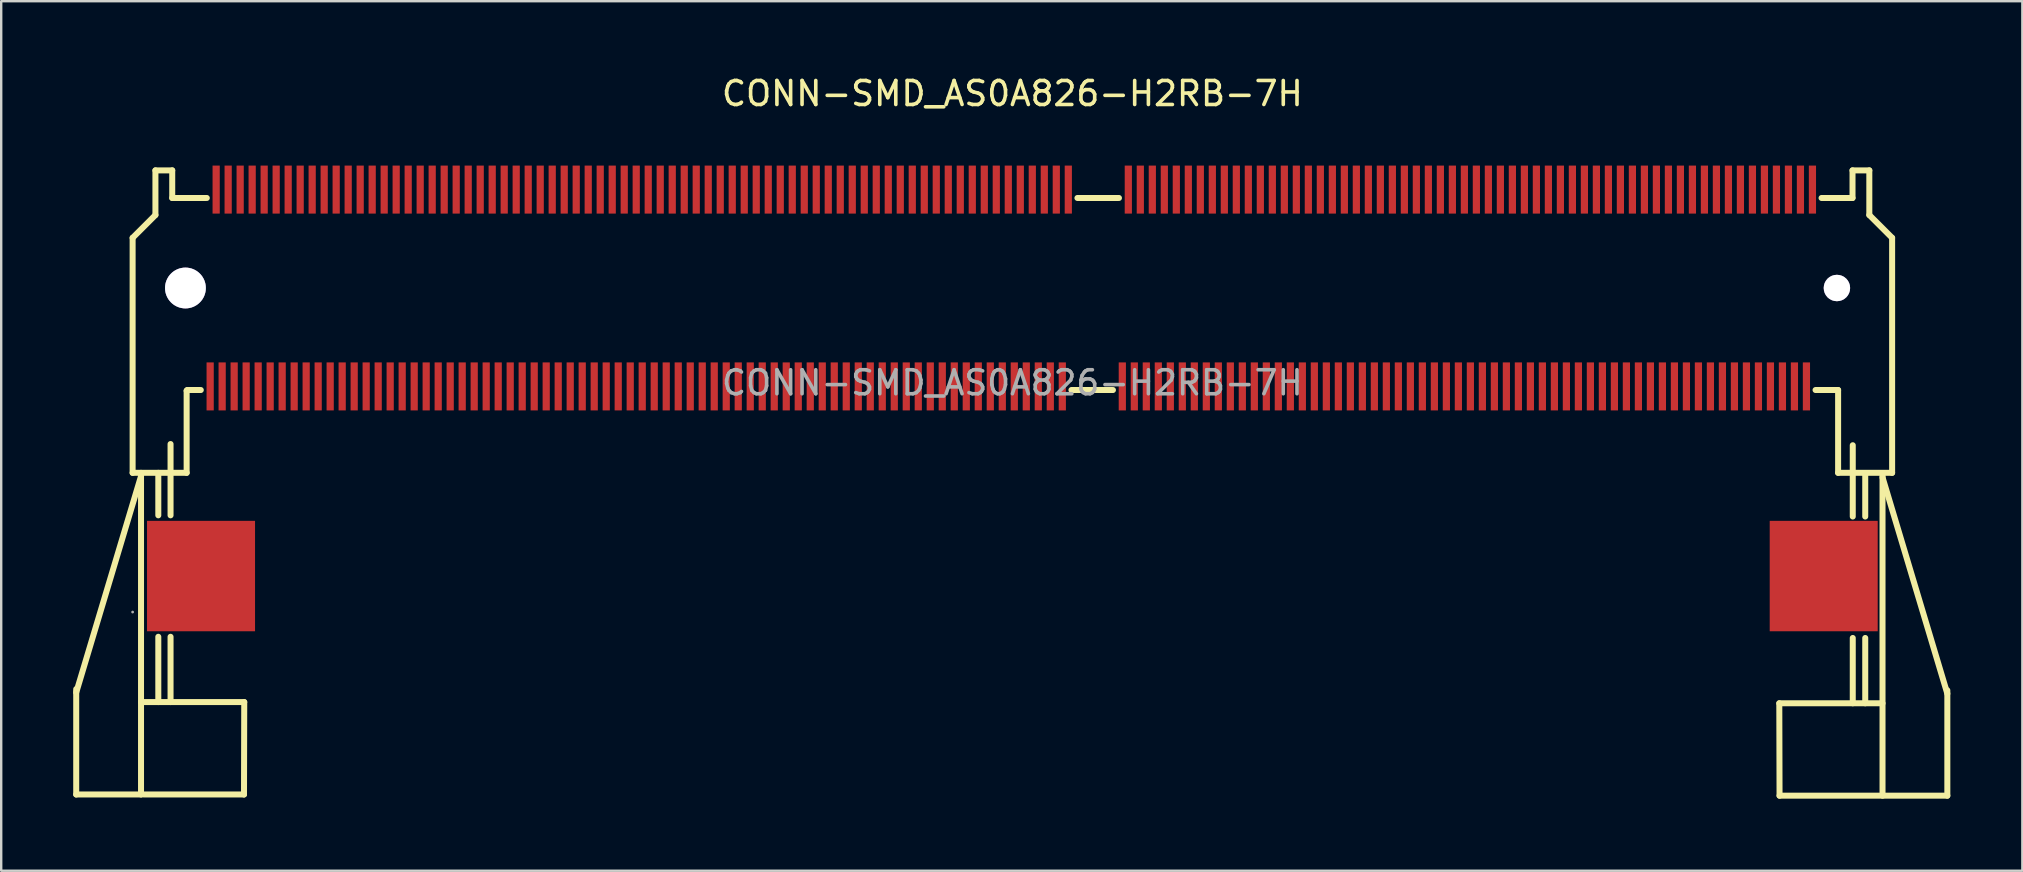
<source format=kicad_pcb>
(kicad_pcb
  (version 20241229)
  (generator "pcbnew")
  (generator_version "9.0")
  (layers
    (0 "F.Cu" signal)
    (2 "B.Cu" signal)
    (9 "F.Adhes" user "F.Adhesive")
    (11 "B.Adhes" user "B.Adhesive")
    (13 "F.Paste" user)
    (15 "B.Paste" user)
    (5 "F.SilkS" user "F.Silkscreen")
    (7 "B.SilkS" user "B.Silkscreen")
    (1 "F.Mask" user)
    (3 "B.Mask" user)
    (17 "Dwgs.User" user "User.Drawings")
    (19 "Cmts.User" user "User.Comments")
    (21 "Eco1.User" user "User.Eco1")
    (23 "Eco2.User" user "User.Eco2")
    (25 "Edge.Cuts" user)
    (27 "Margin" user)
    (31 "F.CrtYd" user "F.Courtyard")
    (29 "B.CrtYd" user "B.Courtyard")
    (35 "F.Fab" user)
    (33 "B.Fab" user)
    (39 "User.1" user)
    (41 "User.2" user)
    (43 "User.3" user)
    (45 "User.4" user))
  (footprint "CONN-SMD_AS0A826-H2RB-7H"
    (layer "F.Cu")
    (at 39.125 12.898)
    (property "Reference" "CONN-SMD_AS0A826-H2RB-7H" (at 0 -12.05 0) (layer "F.SilkS") (effects (font (size 1 1) (thickness 0.15))))
    (attr smd)
    (fp_line (start -39 12.9) (end -36.3 3.89) (stroke (width 0.25) (type solid)) (layer "F.SilkS"))
    (fp_line (start -39 17.15) (end -39 12.76) (stroke (width 0.25) (type solid)) (layer "F.SilkS"))
    (fp_line (start -39 17.15) (end -36.28 17.15) (stroke (width 0.25) (type solid)) (layer "F.SilkS"))
    (fp_line (start -36.65 3.75) (end -36.65 -6.04) (stroke (width 0.25) (type solid)) (layer "F.SilkS"))
    (fp_line (start -36.65 3.75) (end -34.4 3.75) (stroke (width 0.25) (type solid)) (layer "F.SilkS"))
    (fp_line (start -36.3 3.75) (end -36.3 17.15) (stroke (width 0.25) (type solid)) (layer "F.SilkS"))
    (fp_line (start -36.18 17.15) (end -32.01 17.15) (stroke (width 0.25) (type solid)) (layer "F.SilkS"))
    (fp_line (start -35.7 -8.85) (end -35.7 -6.99) (stroke (width 0.25) (type solid)) (layer "F.SilkS"))
    (fp_line (start -35.7 -8.85) (end -35 -8.85) (stroke (width 0.25) (type solid)) (layer "F.SilkS"))
    (fp_line (start -35.7 -6.99) (end -36.65 -6.04) (stroke (width 0.25) (type solid)) (layer "F.SilkS"))
    (fp_line (start -35.58 5.52) (end -35.58 3.75) (stroke (width 0.25) (type solid)) (layer "F.SilkS"))
    (fp_line (start -35.58 13.3) (end -35.58 10.58) (stroke (width 0.25) (type solid)) (layer "F.SilkS"))
    (fp_line (start -35.07 5.52) (end -35.07 2.55) (stroke (width 0.25) (type solid)) (layer "F.SilkS"))
    (fp_line (start -35.07 13.3) (end -35.07 10.58) (stroke (width 0.25) (type solid)) (layer "F.SilkS"))
    (fp_line (start -35 -7.7) (end -35 -8.85) (stroke (width 0.25) (type solid)) (layer "F.SilkS"))
    (fp_line (start -34.4 -7.7) (end -35 -7.7) (stroke (width 0.25) (type solid)) (layer "F.SilkS"))
    (fp_line (start -34.4 -7.7) (end -33.98 -7.7) (stroke (width 0.25) (type solid)) (layer "F.SilkS"))
    (fp_line (start -34.4 0.33) (end -34.4 3.75) (stroke (width 0.25) (type solid)) (layer "F.SilkS"))
    (fp_line (start -34.37 0.3) (end -34.4 0.33) (stroke (width 0.25) (type solid)) (layer "F.SilkS"))
    (fp_line (start -33.98 -7.7) (end -33.76 -7.7) (stroke (width 0.25) (type solid)) (layer "F.SilkS"))
    (fp_line (start -33.81 0.3) (end -34.37 0.3) (stroke (width 0.25) (type solid)) (layer "F.SilkS"))
    (fp_line (start -33.76 -7.7) (end -33.56 -7.7) (stroke (width 0.25) (type solid)) (layer "F.SilkS"))
    (fp_line (start -32.01 17.15) (end -32 13.3) (stroke (width 0.25) (type solid)) (layer "F.SilkS"))
    (fp_line (start -32 13.3) (end -36.3 13.3) (stroke (width 0.25) (type solid)) (layer "F.SilkS"))
    (fp_line (start 2.71 -7.7) (end 4.44 -7.7) (stroke (width 0.25) (type solid)) (layer "F.SilkS"))
    (fp_line (start 4.19 0.3) (end 2.46 0.3) (stroke (width 0.25) (type solid)) (layer "F.SilkS"))
    (fp_line (start 31.95 13.35) (end 36.25 13.35) (stroke (width 0.25) (type solid)) (layer "F.SilkS"))
    (fp_line (start 31.96 17.2) (end 31.95 13.35) (stroke (width 0.25) (type solid)) (layer "F.SilkS"))
    (fp_line (start 33.75 0.3) (end 33.46 0.3) (stroke (width 0.25) (type solid)) (layer "F.SilkS"))
    (fp_line (start 34.4 0.3) (end 33.75 0.3) (stroke (width 0.25) (type solid)) (layer "F.SilkS"))
    (fp_line (start 34.4 3.75) (end 34.4 0.3) (stroke (width 0.25) (type solid)) (layer "F.SilkS"))
    (fp_line (start 34.75 -7.7) (end 33.71 -7.7) (stroke (width 0.25) (type solid)) (layer "F.SilkS"))
    (fp_line (start 34.75 -7.7) (end 35 -7.7) (stroke (width 0.25) (type solid)) (layer "F.SilkS"))
    (fp_line (start 35 -8.85) (end 35.7 -8.85) (stroke (width 0.25) (type solid)) (layer "F.SilkS"))
    (fp_line (start 35 -7.7) (end 35 -8.85) (stroke (width 0.25) (type solid)) (layer "F.SilkS"))
    (fp_line (start 35.01 5.57) (end 35.01 2.6) (stroke (width 0.25) (type solid)) (layer "F.SilkS"))
    (fp_line (start 35.01 13.35) (end 35.01 10.63) (stroke (width 0.25) (type solid)) (layer "F.SilkS"))
    (fp_line (start 35.53 5.57) (end 35.53 3.8) (stroke (width 0.25) (type solid)) (layer "F.SilkS"))
    (fp_line (start 35.53 13.35) (end 35.53 10.63) (stroke (width 0.25) (type solid)) (layer "F.SilkS"))
    (fp_line (start 35.7 -8.85) (end 35.7 -6.99) (stroke (width 0.25) (type solid)) (layer "F.SilkS"))
    (fp_line (start 35.7 -6.99) (end 36.65 -6.04) (stroke (width 0.25) (type solid)) (layer "F.SilkS"))
    (fp_line (start 36.13 17.2) (end 31.96 17.2) (stroke (width 0.25) (type solid)) (layer "F.SilkS"))
    (fp_line (start 36.25 3.8) (end 36.25 17.2) (stroke (width 0.25) (type solid)) (layer "F.SilkS"))
    (fp_line (start 36.65 3.75) (end 34.4 3.75) (stroke (width 0.25) (type solid)) (layer "F.SilkS"))
    (fp_line (start 36.65 3.75) (end 36.65 -6.04) (stroke (width 0.25) (type solid)) (layer "F.SilkS"))
    (fp_line (start 38.95 12.95) (end 36.25 3.94) (stroke (width 0.25) (type solid)) (layer "F.SilkS"))
    (fp_line (start 38.95 17.2) (end 36.23 17.2) (stroke (width 0.25) (type solid)) (layer "F.SilkS"))
    (fp_line (start 38.95 17.2) (end 38.95 12.81) (stroke (width 0.25) (type solid)) (layer "F.SilkS"))
    (fp_circle (center -34.45 -3.95) (end -34.05 -3.95) (stroke (width 0.8) (type solid)) (fill no) (layer "Cmts.User"))
    (fp_circle (center 34.35 -3.95) (end 34.6 -3.95) (stroke (width 0.5) (type solid)) (fill no) (layer "Cmts.User"))
    (fp_circle (center -36.65 9.55) (end -36.62 9.55) (stroke (width 0.06) (type solid)) (fill no) (layer "F.Fab"))
    (fp_text user "${REFERENCE}" (at 0 0 0) (layer "F.Fab") (effects (font (size 1 1) (thickness 0.15))))
    (pad "" thru_hole circle (at -34.45 -3.95) (size 1.7 1.7) (drill 1.7) (layers "*.Cu" "*.Mask"))
    (pad "" thru_hole circle (at 34.35 -3.95) (size 1.1 1.1) (drill 1.1) (layers "*.Cu" "*.Mask"))
    (pad "1" smd rect (at -33.42 0.15 180) (size 0.3 2) (layers "F.Cu" "F.Mask" "F.Paste"))
    (pad "2" smd rect (at -33.17 -8.05 180) (size 0.3 2) (layers "F.Cu" "F.Mask" "F.Paste"))
    (pad "3" smd rect (at -32.92 0.15 180) (size 0.3 2) (layers "F.Cu" "F.Mask" "F.Paste"))
    (pad "4" smd rect (at -32.67 -8.05 180) (size 0.3 2) (layers "F.Cu" "F.Mask" "F.Paste"))
    (pad "5" smd rect (at -32.42 0.15 180) (size 0.3 2) (layers "F.Cu" "F.Mask" "F.Paste"))
    (pad "6" smd rect (at -32.17 -8.05 180) (size 0.3 2) (layers "F.Cu" "F.Mask" "F.Paste"))
    (pad "7" smd rect (at -31.92 0.15 180) (size 0.3 2) (layers "F.Cu" "F.Mask" "F.Paste"))
    (pad "8" smd rect (at -31.67 -8.05 180) (size 0.3 2) (layers "F.Cu" "F.Mask" "F.Paste"))
    (pad "9" smd rect (at -31.42 0.15 180) (size 0.3 2) (layers "F.Cu" "F.Mask" "F.Paste"))
    (pad "10" smd rect (at -31.17 -8.05 180) (size 0.3 2) (layers "F.Cu" "F.Mask" "F.Paste"))
    (pad "11" smd rect (at -30.92 0.15 180) (size 0.3 2) (layers "F.Cu" "F.Mask" "F.Paste"))
    (pad "12" smd rect (at -30.67 -8.05 180) (size 0.3 2) (layers "F.Cu" "F.Mask" "F.Paste"))
    (pad "13" smd rect (at -30.42 0.15 180) (size 0.3 2) (layers "F.Cu" "F.Mask" "F.Paste"))
    (pad "14" smd rect (at -30.17 -8.05 180) (size 0.3 2) (layers "F.Cu" "F.Mask" "F.Paste"))
    (pad "15" smd rect (at -29.92 0.15 180) (size 0.3 2) (layers "F.Cu" "F.Mask" "F.Paste"))
    (pad "16" smd rect (at -29.67 -8.05 180) (size 0.3 2) (layers "F.Cu" "F.Mask" "F.Paste"))
    (pad "17" smd rect (at -29.42 0.15 180) (size 0.3 2) (layers "F.Cu" "F.Mask" "F.Paste"))
    (pad "18" smd rect (at -29.17 -8.05 180) (size 0.3 2) (layers "F.Cu" "F.Mask" "F.Paste"))
    (pad "19" smd rect (at -28.92 0.15 180) (size 0.3 2) (layers "F.Cu" "F.Mask" "F.Paste"))
    (pad "20" smd rect (at -28.67 -8.05 180) (size 0.3 2) (layers "F.Cu" "F.Mask" "F.Paste"))
    (pad "21" smd rect (at -28.42 0.15 180) (size 0.3 2) (layers "F.Cu" "F.Mask" "F.Paste"))
    (pad "22" smd rect (at -28.17 -8.05 180) (size 0.3 2) (layers "F.Cu" "F.Mask" "F.Paste"))
    (pad "23" smd rect (at -27.92 0.15 180) (size 0.3 2) (layers "F.Cu" "F.Mask" "F.Paste"))
    (pad "24" smd rect (at -27.67 -8.05 180) (size 0.3 2) (layers "F.Cu" "F.Mask" "F.Paste"))
    (pad "25" smd rect (at -27.42 0.15 180) (size 0.3 2) (layers "F.Cu" "F.Mask" "F.Paste"))
    (pad "26" smd rect (at -27.17 -8.05 180) (size 0.3 2) (layers "F.Cu" "F.Mask" "F.Paste"))
    (pad "27" smd rect (at -26.92 0.15 180) (size 0.3 2) (layers "F.Cu" "F.Mask" "F.Paste"))
    (pad "28" smd rect (at -26.67 -8.05 180) (size 0.3 2) (layers "F.Cu" "F.Mask" "F.Paste"))
    (pad "29" smd rect (at -26.42 0.15 180) (size 0.3 2) (layers "F.Cu" "F.Mask" "F.Paste"))
    (pad "30" smd rect (at -26.17 -8.05 180) (size 0.3 2) (layers "F.Cu" "F.Mask" "F.Paste"))
    (pad "31" smd rect (at -25.92 0.15 180) (size 0.3 2) (layers "F.Cu" "F.Mask" "F.Paste"))
    (pad "32" smd rect (at -25.67 -8.05 180) (size 0.3 2) (layers "F.Cu" "F.Mask" "F.Paste"))
    (pad "33" smd rect (at -25.42 0.15 180) (size 0.3 2) (layers "F.Cu" "F.Mask" "F.Paste"))
    (pad "34" smd rect (at -25.17 -8.05 180) (size 0.3 2) (layers "F.Cu" "F.Mask" "F.Paste"))
    (pad "35" smd rect (at -24.92 0.15 180) (size 0.3 2) (layers "F.Cu" "F.Mask" "F.Paste"))
    (pad "36" smd rect (at -24.67 -8.05 180) (size 0.3 2) (layers "F.Cu" "F.Mask" "F.Paste"))
    (pad "37" smd rect (at -24.42 0.15 180) (size 0.3 2) (layers "F.Cu" "F.Mask" "F.Paste"))
    (pad "38" smd rect (at -24.17 -8.05 180) (size 0.3 2) (layers "F.Cu" "F.Mask" "F.Paste"))
    (pad "39" smd rect (at -23.92 0.15 180) (size 0.3 2) (layers "F.Cu" "F.Mask" "F.Paste"))
    (pad "40" smd rect (at -23.67 -8.05 180) (size 0.3 2) (layers "F.Cu" "F.Mask" "F.Paste"))
    (pad "41" smd rect (at -23.42 0.15 180) (size 0.3 2) (layers "F.Cu" "F.Mask" "F.Paste"))
    (pad "42" smd rect (at -23.17 -8.05 180) (size 0.3 2) (layers "F.Cu" "F.Mask" "F.Paste"))
    (pad "43" smd rect (at -22.92 0.15 180) (size 0.3 2) (layers "F.Cu" "F.Mask" "F.Paste"))
    (pad "44" smd rect (at -22.67 -8.05 180) (size 0.3 2) (layers "F.Cu" "F.Mask" "F.Paste"))
    (pad "45" smd rect (at -22.42 0.15 180) (size 0.3 2) (layers "F.Cu" "F.Mask" "F.Paste"))
    (pad "46" smd rect (at -22.17 -8.05 180) (size 0.3 2) (layers "F.Cu" "F.Mask" "F.Paste"))
    (pad "47" smd rect (at -21.92 0.15 180) (size 0.3 2) (layers "F.Cu" "F.Mask" "F.Paste"))
    (pad "48" smd rect (at -21.67 -8.05 180) (size 0.3 2) (layers "F.Cu" "F.Mask" "F.Paste"))
    (pad "49" smd rect (at -21.42 0.15 180) (size 0.3 2) (layers "F.Cu" "F.Mask" "F.Paste"))
    (pad "50" smd rect (at -21.17 -8.05 180) (size 0.3 2) (layers "F.Cu" "F.Mask" "F.Paste"))
    (pad "51" smd rect (at -20.92 0.15 180) (size 0.3 2) (layers "F.Cu" "F.Mask" "F.Paste"))
    (pad "52" smd rect (at -20.67 -8.05 180) (size 0.3 2) (layers "F.Cu" "F.Mask" "F.Paste"))
    (pad "53" smd rect (at -20.42 0.15 180) (size 0.3 2) (layers "F.Cu" "F.Mask" "F.Paste"))
    (pad "54" smd rect (at -20.17 -8.05 180) (size 0.3 2) (layers "F.Cu" "F.Mask" "F.Paste"))
    (pad "55" smd rect (at -19.92 0.15 180) (size 0.3 2) (layers "F.Cu" "F.Mask" "F.Paste"))
    (pad "56" smd rect (at -19.67 -8.05 180) (size 0.3 2) (layers "F.Cu" "F.Mask" "F.Paste"))
    (pad "57" smd rect (at -19.42 0.15 180) (size 0.3 2) (layers "F.Cu" "F.Mask" "F.Paste"))
    (pad "58" smd rect (at -19.17 -8.05 180) (size 0.3 2) (layers "F.Cu" "F.Mask" "F.Paste"))
    (pad "59" smd rect (at -18.92 0.15 180) (size 0.3 2) (layers "F.Cu" "F.Mask" "F.Paste"))
    (pad "60" smd rect (at -18.67 -8.05 180) (size 0.3 2) (layers "F.Cu" "F.Mask" "F.Paste"))
    (pad "61" smd rect (at -18.42 0.15 180) (size 0.3 2) (layers "F.Cu" "F.Mask" "F.Paste"))
    (pad "62" smd rect (at -18.17 -8.05 180) (size 0.3 2) (layers "F.Cu" "F.Mask" "F.Paste"))
    (pad "63" smd rect (at -17.92 0.15 180) (size 0.3 2) (layers "F.Cu" "F.Mask" "F.Paste"))
    (pad "64" smd rect (at -17.67 -8.05 180) (size 0.3 2) (layers "F.Cu" "F.Mask" "F.Paste"))
    (pad "65" smd rect (at -17.42 0.15 180) (size 0.3 2) (layers "F.Cu" "F.Mask" "F.Paste"))
    (pad "66" smd rect (at -17.17 -8.05 180) (size 0.3 2) (layers "F.Cu" "F.Mask" "F.Paste"))
    (pad "67" smd rect (at -16.92 0.15 180) (size 0.3 2) (layers "F.Cu" "F.Mask" "F.Paste"))
    (pad "68" smd rect (at -16.67 -8.05 180) (size 0.3 2) (layers "F.Cu" "F.Mask" "F.Paste"))
    (pad "69" smd rect (at -16.42 0.15 180) (size 0.3 2) (layers "F.Cu" "F.Mask" "F.Paste"))
    (pad "70" smd rect (at -16.17 -8.05 180) (size 0.3 2) (layers "F.Cu" "F.Mask" "F.Paste"))
    (pad "71" smd rect (at -15.92 0.15 180) (size 0.3 2) (layers "F.Cu" "F.Mask" "F.Paste"))
    (pad "72" smd rect (at -15.67 -8.05 180) (size 0.3 2) (layers "F.Cu" "F.Mask" "F.Paste"))
    (pad "73" smd rect (at -15.42 0.15 180) (size 0.3 2) (layers "F.Cu" "F.Mask" "F.Paste"))
    (pad "74" smd rect (at -15.17 -8.05 180) (size 0.3 2) (layers "F.Cu" "F.Mask" "F.Paste"))
    (pad "75" smd rect (at -14.92 0.15 180) (size 0.3 2) (layers "F.Cu" "F.Mask" "F.Paste"))
    (pad "76" smd rect (at -14.67 -8.05 180) (size 0.3 2) (layers "F.Cu" "F.Mask" "F.Paste"))
    (pad "77" smd rect (at -14.42 0.15 180) (size 0.3 2) (layers "F.Cu" "F.Mask" "F.Paste"))
    (pad "78" smd rect (at -14.17 -8.05 180) (size 0.3 2) (layers "F.Cu" "F.Mask" "F.Paste"))
    (pad "79" smd rect (at -13.92 0.15 180) (size 0.3 2) (layers "F.Cu" "F.Mask" "F.Paste"))
    (pad "80" smd rect (at -13.67 -8.05 180) (size 0.3 2) (layers "F.Cu" "F.Mask" "F.Paste"))
    (pad "81" smd rect (at -13.42 0.15 180) (size 0.3 2) (layers "F.Cu" "F.Mask" "F.Paste"))
    (pad "82" smd rect (at -13.17 -8.05 180) (size 0.3 2) (layers "F.Cu" "F.Mask" "F.Paste"))
    (pad "83" smd rect (at -12.92 0.15 180) (size 0.3 2) (layers "F.Cu" "F.Mask" "F.Paste"))
    (pad "84" smd rect (at -12.67 -8.05 180) (size 0.3 2) (layers "F.Cu" "F.Mask" "F.Paste"))
    (pad "85" smd rect (at -12.42 0.15 180) (size 0.3 2) (layers "F.Cu" "F.Mask" "F.Paste"))
    (pad "86" smd rect (at -12.17 -8.05 180) (size 0.3 2) (layers "F.Cu" "F.Mask" "F.Paste"))
    (pad "87" smd rect (at -11.92 0.15 180) (size 0.3 2) (layers "F.Cu" "F.Mask" "F.Paste"))
    (pad "88" smd rect (at -11.67 -8.05 180) (size 0.3 2) (layers "F.Cu" "F.Mask" "F.Paste"))
    (pad "89" smd rect (at -11.42 0.15 180) (size 0.3 2) (layers "F.Cu" "F.Mask" "F.Paste"))
    (pad "90" smd rect (at -11.17 -8.05 180) (size 0.3 2) (layers "F.Cu" "F.Mask" "F.Paste"))
    (pad "91" smd rect (at -10.92 0.15 180) (size 0.3 2) (layers "F.Cu" "F.Mask" "F.Paste"))
    (pad "92" smd rect (at -10.67 -8.05 180) (size 0.3 2) (layers "F.Cu" "F.Mask" "F.Paste"))
    (pad "93" smd rect (at -10.42 0.15 180) (size 0.3 2) (layers "F.Cu" "F.Mask" "F.Paste"))
    (pad "94" smd rect (at -10.17 -8.05 180) (size 0.3 2) (layers "F.Cu" "F.Mask" "F.Paste"))
    (pad "95" smd rect (at -9.92 0.15 180) (size 0.3 2) (layers "F.Cu" "F.Mask" "F.Paste"))
    (pad "96" smd rect (at -9.67 -8.05 180) (size 0.3 2) (layers "F.Cu" "F.Mask" "F.Paste"))
    (pad "97" smd rect (at -9.42 0.15 180) (size 0.3 2) (layers "F.Cu" "F.Mask" "F.Paste"))
    (pad "98" smd rect (at -9.17 -8.05 180) (size 0.3 2) (layers "F.Cu" "F.Mask" "F.Paste"))
    (pad "99" smd rect (at -8.92 0.15 180) (size 0.3 2) (layers "F.Cu" "F.Mask" "F.Paste"))
    (pad "100" smd rect (at -8.67 -8.05 180) (size 0.3 2) (layers "F.Cu" "F.Mask" "F.Paste"))
    (pad "101" smd rect (at -8.42 0.15 180) (size 0.3 2) (layers "F.Cu" "F.Mask" "F.Paste"))
    (pad "102" smd rect (at -8.17 -8.05 180) (size 0.3 2) (layers "F.Cu" "F.Mask" "F.Paste"))
    (pad "103" smd rect (at -7.92 0.15 180) (size 0.3 2) (layers "F.Cu" "F.Mask" "F.Paste"))
    (pad "104" smd rect (at -7.67 -8.05 180) (size 0.3 2) (layers "F.Cu" "F.Mask" "F.Paste"))
    (pad "105" smd rect (at -7.42 0.15 180) (size 0.3 2) (layers "F.Cu" "F.Mask" "F.Paste"))
    (pad "106" smd rect (at -7.17 -8.05 180) (size 0.3 2) (layers "F.Cu" "F.Mask" "F.Paste"))
    (pad "107" smd rect (at -6.92 0.15 180) (size 0.3 2) (layers "F.Cu" "F.Mask" "F.Paste"))
    (pad "108" smd rect (at -6.67 -8.05 180) (size 0.3 2) (layers "F.Cu" "F.Mask" "F.Paste"))
    (pad "109" smd rect (at -6.42 0.15 180) (size 0.3 2) (layers "F.Cu" "F.Mask" "F.Paste"))
    (pad "110" smd rect (at -6.17 -8.05 180) (size 0.3 2) (layers "F.Cu" "F.Mask" "F.Paste"))
    (pad "111" smd rect (at -5.92 0.15 180) (size 0.3 2) (layers "F.Cu" "F.Mask" "F.Paste"))
    (pad "112" smd rect (at -5.67 -8.05 180) (size 0.3 2) (layers "F.Cu" "F.Mask" "F.Paste"))
    (pad "113" smd rect (at -5.42 0.15 180) (size 0.3 2) (layers "F.Cu" "F.Mask" "F.Paste"))
    (pad "114" smd rect (at -5.17 -8.05 180) (size 0.3 2) (layers "F.Cu" "F.Mask" "F.Paste"))
    (pad "115" smd rect (at -4.92 0.15 180) (size 0.3 2) (layers "F.Cu" "F.Mask" "F.Paste"))
    (pad "116" smd rect (at -4.67 -8.05 180) (size 0.3 2) (layers "F.Cu" "F.Mask" "F.Paste"))
    (pad "117" smd rect (at -4.42 0.15 180) (size 0.3 2) (layers "F.Cu" "F.Mask" "F.Paste"))
    (pad "118" smd rect (at -4.17 -8.05 180) (size 0.3 2) (layers "F.Cu" "F.Mask" "F.Paste"))
    (pad "119" smd rect (at -3.92 0.15 180) (size 0.3 2) (layers "F.Cu" "F.Mask" "F.Paste"))
    (pad "120" smd rect (at -3.67 -8.05 180) (size 0.3 2) (layers "F.Cu" "F.Mask" "F.Paste"))
    (pad "121" smd rect (at -3.42 0.15 180) (size 0.3 2) (layers "F.Cu" "F.Mask" "F.Paste"))
    (pad "122" smd rect (at -3.17 -8.05 180) (size 0.3 2) (layers "F.Cu" "F.Mask" "F.Paste"))
    (pad "123" smd rect (at -2.92 0.15 180) (size 0.3 2) (layers "F.Cu" "F.Mask" "F.Paste"))
    (pad "124" smd rect (at -2.67 -8.05 180) (size 0.3 2) (layers "F.Cu" "F.Mask" "F.Paste"))
    (pad "125" smd rect (at -2.42 0.15 180) (size 0.3 2) (layers "F.Cu" "F.Mask" "F.Paste"))
    (pad "126" smd rect (at -2.17 -8.05 180) (size 0.3 2) (layers "F.Cu" "F.Mask" "F.Paste"))
    (pad "127" smd rect (at -1.92 0.15 180) (size 0.3 2) (layers "F.Cu" "F.Mask" "F.Paste"))
    (pad "128" smd rect (at -1.67 -8.05 180) (size 0.3 2) (layers "F.Cu" "F.Mask" "F.Paste"))
    (pad "129" smd rect (at -1.42 0.15 180) (size 0.3 2) (layers "F.Cu" "F.Mask" "F.Paste"))
    (pad "130" smd rect (at -1.17 -8.05 180) (size 0.3 2) (layers "F.Cu" "F.Mask" "F.Paste"))
    (pad "131" smd rect (at -0.92 0.15 180) (size 0.3 2) (layers "F.Cu" "F.Mask" "F.Paste"))
    (pad "132" smd rect (at -0.67 -8.05 180) (size 0.3 2) (layers "F.Cu" "F.Mask" "F.Paste"))
    (pad "133" smd rect (at -0.42 0.15 180) (size 0.3 2) (layers "F.Cu" "F.Mask" "F.Paste"))
    (pad "134" smd rect (at -0.17 -8.05 180) (size 0.3 2) (layers "F.Cu" "F.Mask" "F.Paste"))
    (pad "135" smd rect (at 0.08 0.15 180) (size 0.3 2) (layers "F.Cu" "F.Mask" "F.Paste"))
    (pad "136" smd rect (at 0.33 -8.05 180) (size 0.3 2) (layers "F.Cu" "F.Mask" "F.Paste"))
    (pad "137" smd rect (at 0.58 0.15 180) (size 0.3 2) (layers "F.Cu" "F.Mask" "F.Paste"))
    (pad "138" smd rect (at 0.83 -8.05 180) (size 0.3 2) (layers "F.Cu" "F.Mask" "F.Paste"))
    (pad "139" smd rect (at 1.08 0.15 180) (size 0.3 2) (layers "F.Cu" "F.Mask" "F.Paste"))
    (pad "140" smd rect (at 1.33 -8.05 180) (size 0.3 2) (layers "F.Cu" "F.Mask" "F.Paste"))
    (pad "141" smd rect (at 1.58 0.15 180) (size 0.3 2) (layers "F.Cu" "F.Mask" "F.Paste"))
    (pad "142" smd rect (at 1.83 -8.05 180) (size 0.3 2) (layers "F.Cu" "F.Mask" "F.Paste"))
    (pad "143" smd rect (at 2.08 0.15 180) (size 0.3 2) (layers "F.Cu" "F.Mask" "F.Paste"))
    (pad "144" smd rect (at 2.33 -8.05 180) (size 0.3 2) (layers "F.Cu" "F.Mask" "F.Paste"))
    (pad "145" smd rect (at 4.58 0.15 180) (size 0.3 2) (layers "F.Cu" "F.Mask" "F.Paste"))
    (pad "146" smd rect (at 4.83 -8.05 180) (size 0.3 2) (layers "F.Cu" "F.Mask" "F.Paste"))
    (pad "147" smd rect (at 5.08 0.15 180) (size 0.3 2) (layers "F.Cu" "F.Mask" "F.Paste"))
    (pad "148" smd rect (at 5.33 -8.05 180) (size 0.3 2) (layers "F.Cu" "F.Mask" "F.Paste"))
    (pad "149" smd rect (at 5.58 0.15 180) (size 0.3 2) (layers "F.Cu" "F.Mask" "F.Paste"))
    (pad "150" smd rect (at 5.83 -8.05 180) (size 0.3 2) (layers "F.Cu" "F.Mask" "F.Paste"))
    (pad "151" smd rect (at 6.08 0.15 180) (size 0.3 2) (layers "F.Cu" "F.Mask" "F.Paste"))
    (pad "152" smd rect (at 6.33 -8.05 180) (size 0.3 2) (layers "F.Cu" "F.Mask" "F.Paste"))
    (pad "153" smd rect (at 6.58 0.15 180) (size 0.3 2) (layers "F.Cu" "F.Mask" "F.Paste"))
    (pad "154" smd rect (at 6.83 -8.05 180) (size 0.3 2) (layers "F.Cu" "F.Mask" "F.Paste"))
    (pad "155" smd rect (at 7.08 0.15 180) (size 0.3 2) (layers "F.Cu" "F.Mask" "F.Paste"))
    (pad "156" smd rect (at 7.33 -8.05 180) (size 0.3 2) (layers "F.Cu" "F.Mask" "F.Paste"))
    (pad "157" smd rect (at 7.58 0.15 180) (size 0.3 2) (layers "F.Cu" "F.Mask" "F.Paste"))
    (pad "158" smd rect (at 7.83 -8.05 180) (size 0.3 2) (layers "F.Cu" "F.Mask" "F.Paste"))
    (pad "159" smd rect (at 8.08 0.15 180) (size 0.3 2) (layers "F.Cu" "F.Mask" "F.Paste"))
    (pad "160" smd rect (at 8.33 -8.05 180) (size 0.3 2) (layers "F.Cu" "F.Mask" "F.Paste"))
    (pad "161" smd rect (at 8.58 0.15 180) (size 0.3 2) (layers "F.Cu" "F.Mask" "F.Paste"))
    (pad "162" smd rect (at 8.83 -8.05 180) (size 0.3 2) (layers "F.Cu" "F.Mask" "F.Paste"))
    (pad "163" smd rect (at 9.08 0.15 180) (size 0.3 2) (layers "F.Cu" "F.Mask" "F.Paste"))
    (pad "164" smd rect (at 9.33 -8.05 180) (size 0.3 2) (layers "F.Cu" "F.Mask" "F.Paste"))
    (pad "165" smd rect (at 9.58 0.15 180) (size 0.3 2) (layers "F.Cu" "F.Mask" "F.Paste"))
    (pad "166" smd rect (at 9.83 -8.05 180) (size 0.3 2) (layers "F.Cu" "F.Mask" "F.Paste"))
    (pad "167" smd rect (at 10.08 0.15 180) (size 0.3 2) (layers "F.Cu" "F.Mask" "F.Paste"))
    (pad "168" smd rect (at 10.33 -8.05 180) (size 0.3 2) (layers "F.Cu" "F.Mask" "F.Paste"))
    (pad "169" smd rect (at 10.58 0.15 180) (size 0.3 2) (layers "F.Cu" "F.Mask" "F.Paste"))
    (pad "170" smd rect (at 10.83 -8.05 180) (size 0.3 2) (layers "F.Cu" "F.Mask" "F.Paste"))
    (pad "171" smd rect (at 11.08 0.15 180) (size 0.3 2) (layers "F.Cu" "F.Mask" "F.Paste"))
    (pad "172" smd rect (at 11.33 -8.05 180) (size 0.3 2) (layers "F.Cu" "F.Mask" "F.Paste"))
    (pad "173" smd rect (at 11.58 0.15 180) (size 0.3 2) (layers "F.Cu" "F.Mask" "F.Paste"))
    (pad "174" smd rect (at 11.83 -8.05 180) (size 0.3 2) (layers "F.Cu" "F.Mask" "F.Paste"))
    (pad "175" smd rect (at 12.08 0.15 180) (size 0.3 2) (layers "F.Cu" "F.Mask" "F.Paste"))
    (pad "176" smd rect (at 12.33 -8.05 180) (size 0.3 2) (layers "F.Cu" "F.Mask" "F.Paste"))
    (pad "177" smd rect (at 12.58 0.15 180) (size 0.3 2) (layers "F.Cu" "F.Mask" "F.Paste"))
    (pad "178" smd rect (at 12.83 -8.05 180) (size 0.3 2) (layers "F.Cu" "F.Mask" "F.Paste"))
    (pad "179" smd rect (at 13.08 0.15 180) (size 0.3 2) (layers "F.Cu" "F.Mask" "F.Paste"))
    (pad "180" smd rect (at 13.33 -8.05 180) (size 0.3 2) (layers "F.Cu" "F.Mask" "F.Paste"))
    (pad "181" smd rect (at 13.58 0.15 180) (size 0.3 2) (layers "F.Cu" "F.Mask" "F.Paste"))
    (pad "182" smd rect (at 13.83 -8.05 180) (size 0.3 2) (layers "F.Cu" "F.Mask" "F.Paste"))
    (pad "183" smd rect (at 14.08 0.15 180) (size 0.3 2) (layers "F.Cu" "F.Mask" "F.Paste"))
    (pad "184" smd rect (at 14.33 -8.05 180) (size 0.3 2) (layers "F.Cu" "F.Mask" "F.Paste"))
    (pad "185" smd rect (at 14.58 0.15 180) (size 0.3 2) (layers "F.Cu" "F.Mask" "F.Paste"))
    (pad "186" smd rect (at 14.83 -8.05 180) (size 0.3 2) (layers "F.Cu" "F.Mask" "F.Paste"))
    (pad "187" smd rect (at 15.08 0.15 180) (size 0.3 2) (layers "F.Cu" "F.Mask" "F.Paste"))
    (pad "188" smd rect (at 15.33 -8.05 180) (size 0.3 2) (layers "F.Cu" "F.Mask" "F.Paste"))
    (pad "189" smd rect (at 15.58 0.15 180) (size 0.3 2) (layers "F.Cu" "F.Mask" "F.Paste"))
    (pad "190" smd rect (at 15.83 -8.05 180) (size 0.3 2) (layers "F.Cu" "F.Mask" "F.Paste"))
    (pad "191" smd rect (at 16.08 0.15 180) (size 0.3 2) (layers "F.Cu" "F.Mask" "F.Paste"))
    (pad "192" smd rect (at 16.33 -8.05 180) (size 0.3 2) (layers "F.Cu" "F.Mask" "F.Paste"))
    (pad "193" smd rect (at 16.58 0.15 180) (size 0.3 2) (layers "F.Cu" "F.Mask" "F.Paste"))
    (pad "194" smd rect (at 16.83 -8.05 180) (size 0.3 2) (layers "F.Cu" "F.Mask" "F.Paste"))
    (pad "195" smd rect (at 17.08 0.15 180) (size 0.3 2) (layers "F.Cu" "F.Mask" "F.Paste"))
    (pad "196" smd rect (at 17.33 -8.05 180) (size 0.3 2) (layers "F.Cu" "F.Mask" "F.Paste"))
    (pad "197" smd rect (at 17.58 0.15 180) (size 0.3 2) (layers "F.Cu" "F.Mask" "F.Paste"))
    (pad "198" smd rect (at 17.83 -8.05 180) (size 0.3 2) (layers "F.Cu" "F.Mask" "F.Paste"))
    (pad "199" smd rect (at 18.08 0.15 180) (size 0.3 2) (layers "F.Cu" "F.Mask" "F.Paste"))
    (pad "200" smd rect (at 18.33 -8.05 180) (size 0.3 2) (layers "F.Cu" "F.Mask" "F.Paste"))
    (pad "201" smd rect (at 18.58 0.15 180) (size 0.3 2) (layers "F.Cu" "F.Mask" "F.Paste"))
    (pad "202" smd rect (at 18.83 -8.05 180) (size 0.3 2) (layers "F.Cu" "F.Mask" "F.Paste"))
    (pad "203" smd rect (at 19.08 0.15 180) (size 0.3 2) (layers "F.Cu" "F.Mask" "F.Paste"))
    (pad "204" smd rect (at 19.33 -8.05 180) (size 0.3 2) (layers "F.Cu" "F.Mask" "F.Paste"))
    (pad "205" smd rect (at 19.58 0.15 180) (size 0.3 2) (layers "F.Cu" "F.Mask" "F.Paste"))
    (pad "206" smd rect (at 19.83 -8.05 180) (size 0.3 2) (layers "F.Cu" "F.Mask" "F.Paste"))
    (pad "207" smd rect (at 20.08 0.15 180) (size 0.3 2) (layers "F.Cu" "F.Mask" "F.Paste"))
    (pad "208" smd rect (at 20.33 -8.05 180) (size 0.3 2) (layers "F.Cu" "F.Mask" "F.Paste"))
    (pad "209" smd rect (at 20.58 0.15 180) (size 0.3 2) (layers "F.Cu" "F.Mask" "F.Paste"))
    (pad "210" smd rect (at 20.83 -8.05 180) (size 0.3 2) (layers "F.Cu" "F.Mask" "F.Paste"))
    (pad "211" smd rect (at 21.08 0.15 180) (size 0.3 2) (layers "F.Cu" "F.Mask" "F.Paste"))
    (pad "212" smd rect (at 21.33 -8.05 180) (size 0.3 2) (layers "F.Cu" "F.Mask" "F.Paste"))
    (pad "213" smd rect (at 21.58 0.15 180) (size 0.3 2) (layers "F.Cu" "F.Mask" "F.Paste"))
    (pad "214" smd rect (at 21.83 -8.05 180) (size 0.3 2) (layers "F.Cu" "F.Mask" "F.Paste"))
    (pad "215" smd rect (at 22.08 0.15 180) (size 0.3 2) (layers "F.Cu" "F.Mask" "F.Paste"))
    (pad "216" smd rect (at 22.33 -8.05 180) (size 0.3 2) (layers "F.Cu" "F.Mask" "F.Paste"))
    (pad "217" smd rect (at 22.58 0.15 180) (size 0.3 2) (layers "F.Cu" "F.Mask" "F.Paste"))
    (pad "218" smd rect (at 22.83 -8.05 180) (size 0.3 2) (layers "F.Cu" "F.Mask" "F.Paste"))
    (pad "219" smd rect (at 23.08 0.15 180) (size 0.3 2) (layers "F.Cu" "F.Mask" "F.Paste"))
    (pad "220" smd rect (at 23.33 -8.05 180) (size 0.3 2) (layers "F.Cu" "F.Mask" "F.Paste"))
    (pad "221" smd rect (at 23.58 0.15 180) (size 0.3 2) (layers "F.Cu" "F.Mask" "F.Paste"))
    (pad "222" smd rect (at 23.83 -8.05 180) (size 0.3 2) (layers "F.Cu" "F.Mask" "F.Paste"))
    (pad "223" smd rect (at 24.08 0.15 180) (size 0.3 2) (layers "F.Cu" "F.Mask" "F.Paste"))
    (pad "224" smd rect (at 24.33 -8.05 180) (size 0.3 2) (layers "F.Cu" "F.Mask" "F.Paste"))
    (pad "225" smd rect (at 24.58 0.15 180) (size 0.3 2) (layers "F.Cu" "F.Mask" "F.Paste"))
    (pad "226" smd rect (at 24.83 -8.05 180) (size 0.3 2) (layers "F.Cu" "F.Mask" "F.Paste"))
    (pad "227" smd rect (at 25.08 0.15 180) (size 0.3 2) (layers "F.Cu" "F.Mask" "F.Paste"))
    (pad "228" smd rect (at 25.33 -8.05 180) (size 0.3 2) (layers "F.Cu" "F.Mask" "F.Paste"))
    (pad "229" smd rect (at 25.58 0.15 180) (size 0.3 2) (layers "F.Cu" "F.Mask" "F.Paste"))
    (pad "230" smd rect (at 25.83 -8.05 180) (size 0.3 2) (layers "F.Cu" "F.Mask" "F.Paste"))
    (pad "231" smd rect (at 26.08 0.15 180) (size 0.3 2) (layers "F.Cu" "F.Mask" "F.Paste"))
    (pad "232" smd rect (at 26.33 -8.05 180) (size 0.3 2) (layers "F.Cu" "F.Mask" "F.Paste"))
    (pad "233" smd rect (at 26.58 0.15 180) (size 0.3 2) (layers "F.Cu" "F.Mask" "F.Paste"))
    (pad "234" smd rect (at 26.83 -8.05 180) (size 0.3 2) (layers "F.Cu" "F.Mask" "F.Paste"))
    (pad "235" smd rect (at 27.08 0.15 180) (size 0.3 2) (layers "F.Cu" "F.Mask" "F.Paste"))
    (pad "236" smd rect (at 27.33 -8.05 180) (size 0.3 2) (layers "F.Cu" "F.Mask" "F.Paste"))
    (pad "237" smd rect (at 27.58 0.15 180) (size 0.3 2) (layers "F.Cu" "F.Mask" "F.Paste"))
    (pad "238" smd rect (at 27.83 -8.05 180) (size 0.3 2) (layers "F.Cu" "F.Mask" "F.Paste"))
    (pad "239" smd rect (at 28.08 0.15 180) (size 0.3 2) (layers "F.Cu" "F.Mask" "F.Paste"))
    (pad "240" smd rect (at 28.33 -8.05 180) (size 0.3 2) (layers "F.Cu" "F.Mask" "F.Paste"))
    (pad "241" smd rect (at 28.58 0.15 180) (size 0.3 2) (layers "F.Cu" "F.Mask" "F.Paste"))
    (pad "242" smd rect (at 28.83 -8.05 180) (size 0.3 2) (layers "F.Cu" "F.Mask" "F.Paste"))
    (pad "243" smd rect (at 29.08 0.15 180) (size 0.3 2) (layers "F.Cu" "F.Mask" "F.Paste"))
    (pad "244" smd rect (at 29.33 -8.05 180) (size 0.3 2) (layers "F.Cu" "F.Mask" "F.Paste"))
    (pad "245" smd rect (at 29.58 0.15 180) (size 0.3 2) (layers "F.Cu" "F.Mask" "F.Paste"))
    (pad "246" smd rect (at 29.83 -8.05 180) (size 0.3 2) (layers "F.Cu" "F.Mask" "F.Paste"))
    (pad "247" smd rect (at 30.08 0.15 180) (size 0.3 2) (layers "F.Cu" "F.Mask" "F.Paste"))
    (pad "248" smd rect (at 30.33 -8.05 180) (size 0.3 2) (layers "F.Cu" "F.Mask" "F.Paste"))
    (pad "249" smd rect (at 30.58 0.15 180) (size 0.3 2) (layers "F.Cu" "F.Mask" "F.Paste"))
    (pad "250" smd rect (at 30.83 -8.05 180) (size 0.3 2) (layers "F.Cu" "F.Mask" "F.Paste"))
    (pad "251" smd rect (at 31.08 0.15 180) (size 0.3 2) (layers "F.Cu" "F.Mask" "F.Paste"))
    (pad "252" smd rect (at 31.33 -8.05 180) (size 0.3 2) (layers "F.Cu" "F.Mask" "F.Paste"))
    (pad "253" smd rect (at 31.58 0.15 180) (size 0.3 2) (layers "F.Cu" "F.Mask" "F.Paste"))
    (pad "254" smd rect (at 31.83 -8.05 180) (size 0.3 2) (layers "F.Cu" "F.Mask" "F.Paste"))
    (pad "255" smd rect (at 32.08 0.15 180) (size 0.3 2) (layers "F.Cu" "F.Mask" "F.Paste"))
    (pad "256" smd rect (at 32.33 -8.05 180) (size 0.3 2) (layers "F.Cu" "F.Mask" "F.Paste"))
    (pad "257" smd rect (at 32.58 0.15 180) (size 0.3 2) (layers "F.Cu" "F.Mask" "F.Paste"))
    (pad "258" smd rect (at 32.83 -8.05 180) (size 0.3 2) (layers "F.Cu" "F.Mask" "F.Paste"))
    (pad "259" smd rect (at 33.08 0.15 180) (size 0.3 2) (layers "F.Cu" "F.Mask" "F.Paste"))
    (pad "260" smd rect (at 33.33 -8.05 180) (size 0.3 2) (layers "F.Cu" "F.Mask" "F.Paste"))
    (pad "261" smd rect (at 33.8 8.05 180) (size 4.5 4.6) (layers "F.Cu" "F.Mask" "F.Paste"))
    (pad "262" smd rect (at -33.8 8.05 180) (size 4.5 4.6) (layers "F.Cu" "F.Mask" "F.Paste")))
  (gr_rect
    (start -3 -3)
    (end 81.2 33.223)
    (stroke (width 0.1) (type default))
    (fill no)
    (layer "Edge.Cuts")))
</source>
